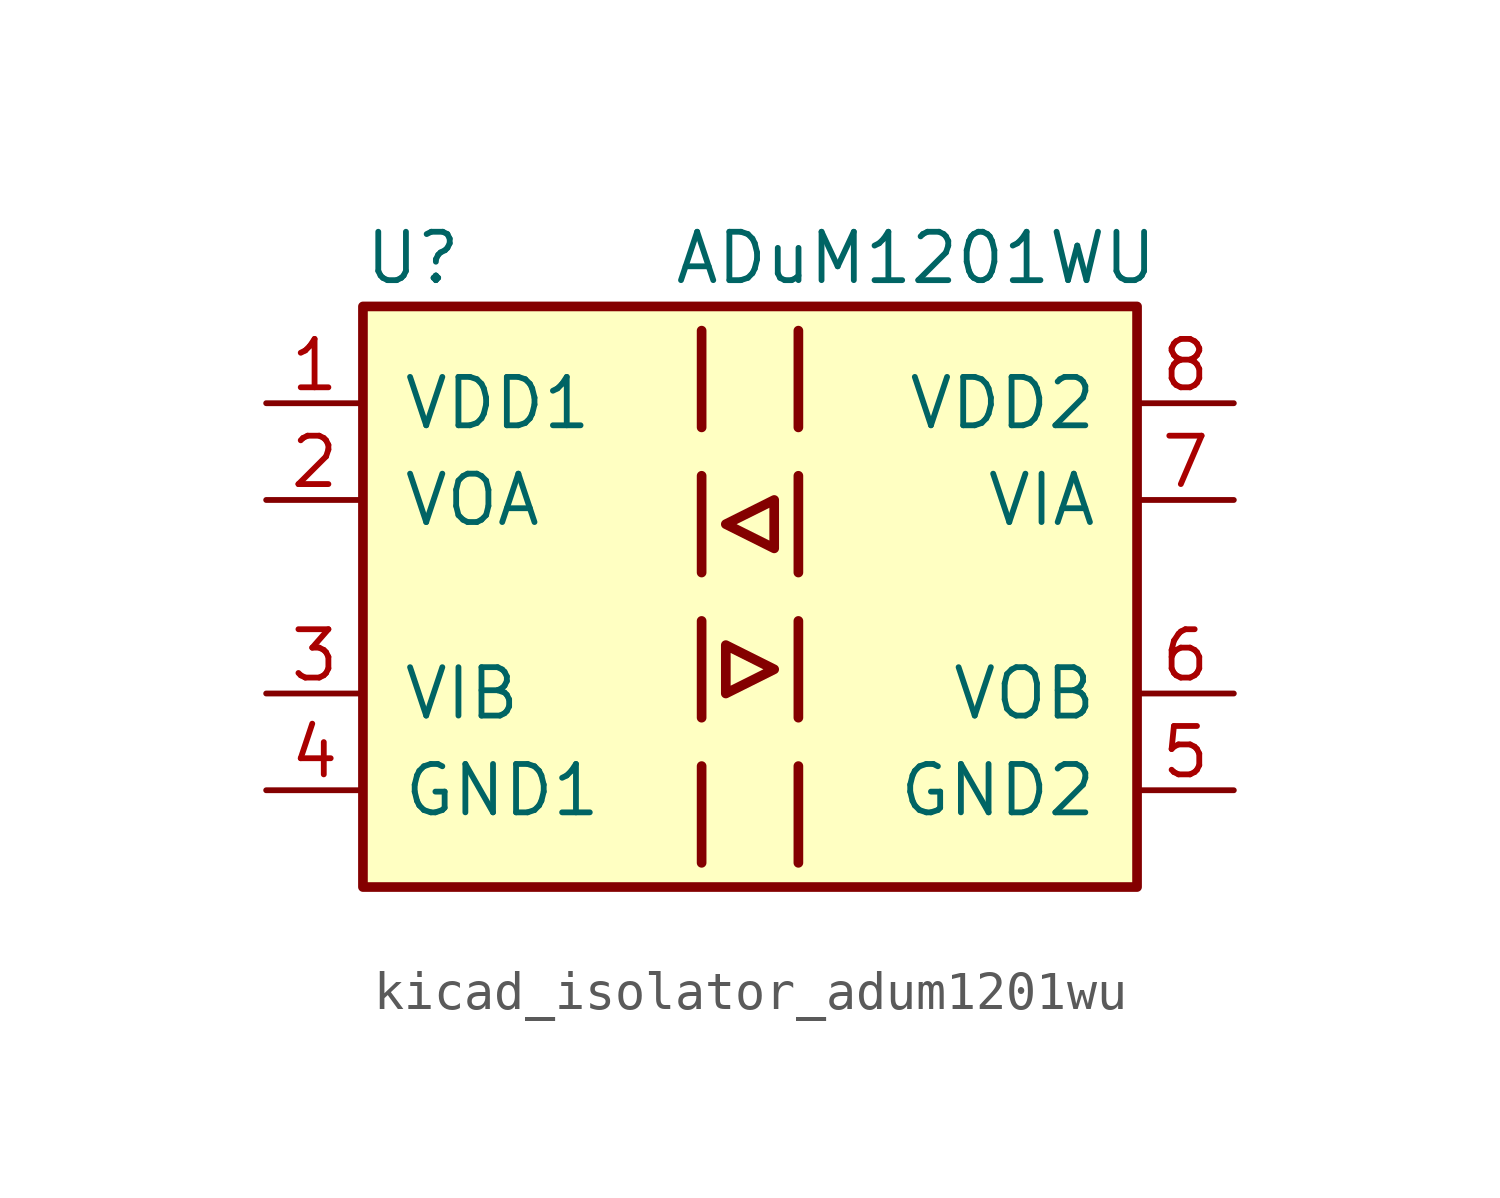
<source format=kicad_sym>
(kicad_symbol_lib
  (version 20220914)
  (generator kicad_symbol_editor)
  (symbol "kicad_isolator_adum1201wu"
    (pin_names
      (offset 1.016))
    (property "Reference" "U"
      (at -10.16 8.89 0)
      (effects (font (size 1.27 1.27)) (justify left)))
    (property "Value" "ADuM1201WU"
      (at -2.032 8.89 0)
      (effects (font (size 1.27 1.27)) (justify left)))
    (symbol "kicad_isolator_adum1201wu_0_1"
      (rectangle (start -10.16 7.62) (end 10.16 -7.62) (stroke (width 0.254) (type default)) (fill (type background)))
      (polyline (pts (xy -1.27 -4.445) (xy -1.27 -6.985)) (stroke (width 0.254) (type default)) (fill (type none)))
      (polyline (pts (xy -1.27 -0.635) (xy -1.27 -3.175)) (stroke (width 0.254) (type default)) (fill (type none)))
      (polyline (pts (xy -1.27 3.175) (xy -1.27 0.635)) (stroke (width 0.254) (type default)) (fill (type none)))
      (polyline (pts (xy -1.27 6.985) (xy -1.27 4.445)) (stroke (width 0.254) (type default)) (fill (type none)))
      (polyline (pts (xy 1.27 -4.445) (xy 1.27 -6.985)) (stroke (width 0.254) (type default)) (fill (type none)))
      (polyline (pts (xy 1.27 -0.635) (xy 1.27 -3.175)) (stroke (width 0.254) (type default)) (fill (type none)))
      (polyline (pts (xy 1.27 3.175) (xy 1.27 0.635)) (stroke (width 0.254) (type default)) (fill (type none)))
      (polyline (pts (xy 1.27 6.985) (xy 1.27 4.445)) (stroke (width 0.254) (type default)) (fill (type none)))
      (polyline (pts (xy -0.635 -1.27) (xy -0.635 -2.54) (xy 0.635 -1.905) (xy -0.635 -1.27)) (stroke (width 0.254) (type default)) (fill (type none)))
      (polyline (pts (xy 0.635 2.54) (xy 0.635 1.27) (xy -0.635 1.905) (xy 0.635 2.54)) (stroke (width 0.254) (type default)) (fill (type none))))
    (symbol "kicad_isolator_adum1201wu_1_1"
      (pin power_in line (at -12.7 5.08 0) (length 2.54) (name "VDD1" (effects (font (size 1.27 1.27)))) (number "1" (effects (font (size 1.27 1.27)))))
      (pin output line (at -12.7 2.54 0) (length 2.54) (name "VOA" (effects (font (size 1.27 1.27)))) (number "2" (effects (font (size 1.27 1.27)))))
      (pin input line (at -12.7 -2.54 0) (length 2.54) (name "VIB" (effects (font (size 1.27 1.27)))) (number "3" (effects (font (size 1.27 1.27)))))
      (pin power_in line (at -12.7 -5.08 0) (length 2.54) (name "GND1" (effects (font (size 1.27 1.27)))) (number "4" (effects (font (size 1.27 1.27)))))
      (pin power_in line (at 12.7 -5.08 180) (length 2.54) (name "GND2" (effects (font (size 1.27 1.27)))) (number "5" (effects (font (size 1.27 1.27)))))
      (pin output line (at 12.7 -2.54 180) (length 2.54) (name "VOB" (effects (font (size 1.27 1.27)))) (number "6" (effects (font (size 1.27 1.27)))))
      (pin input line (at 12.7 2.54 180) (length 2.54) (name "VIA" (effects (font (size 1.27 1.27)))) (number "7" (effects (font (size 1.27 1.27)))))
      (pin power_in line (at 12.7 5.08 180) (length 2.54) (name "VDD2" (effects (font (size 1.27 1.27)))) (number "8" (effects (font (size 1.27 1.27))))))))
</source>
